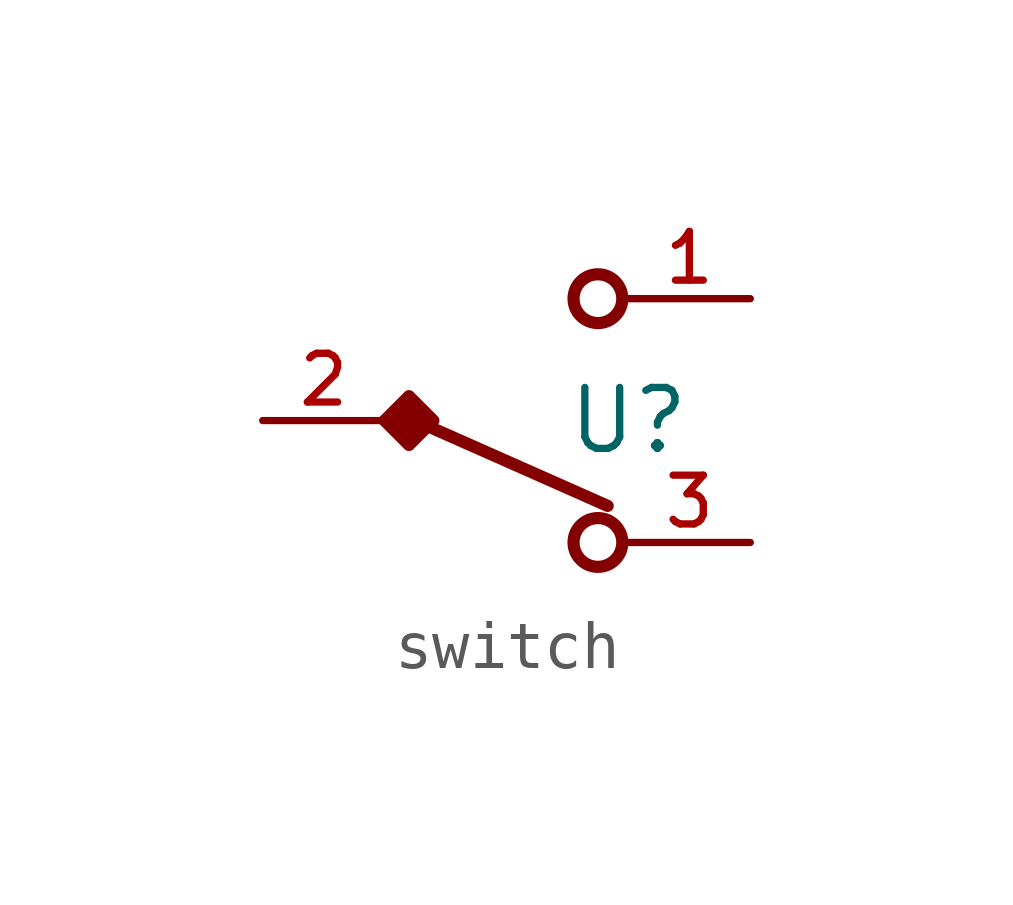
<source format=kicad_sym>
(kicad_symbol_lib
  (version 20241209)
  (generator "kicad_symbol_editor")
  (generator_version "9.0")
  (symbol "switch"
    (property "Reference" "U"
      (at 0 0 0)
      (effects (font (size 1.27 1.27))))
    (property "Value" ""
      (at 0 0 0)
      (effects (font (size 1.27 1.27))))
    (symbol "switch_0_0"
      (polyline (pts (xy -4.572 -0.508) (xy -5.08 0) (xy -4.572 0.508) (xy -4.064 0) (xy -4.572 -0.508)) (stroke (width 0.254) (type default)) (fill (type outline)))
      (polyline (pts (xy -4.445 0) (xy -0.432 -1.778)) (stroke (width 0.254) (type default)) (fill (type none)))
      (circle (center -0.635 2.54) (radius 0.508) (stroke (width 0.254) (type default)) (fill (type none)))
      (circle (center -0.635 -2.54) (radius 0.508) (stroke (width 0.254) (type default)) (fill (type none)))
      (pin passive line (at -7.62 0 0) (length 2.54) (name "~" (effects (font (size 1.016 1.016)))) (number "2" (effects (font (size 1.016 1.016)))))
      (pin passive line (at 2.54 2.54 180) (length 2.54) (name "~" (effects (font (size 1.016 1.016)))) (number "1" (effects (font (size 1.016 1.016)))))
      (pin passive line (at 2.54 -2.54 180) (length 2.54) (name "~" (effects (font (size 1.016 1.016)))) (number "3" (effects (font (size 1.016 1.016))))))))
</source>
